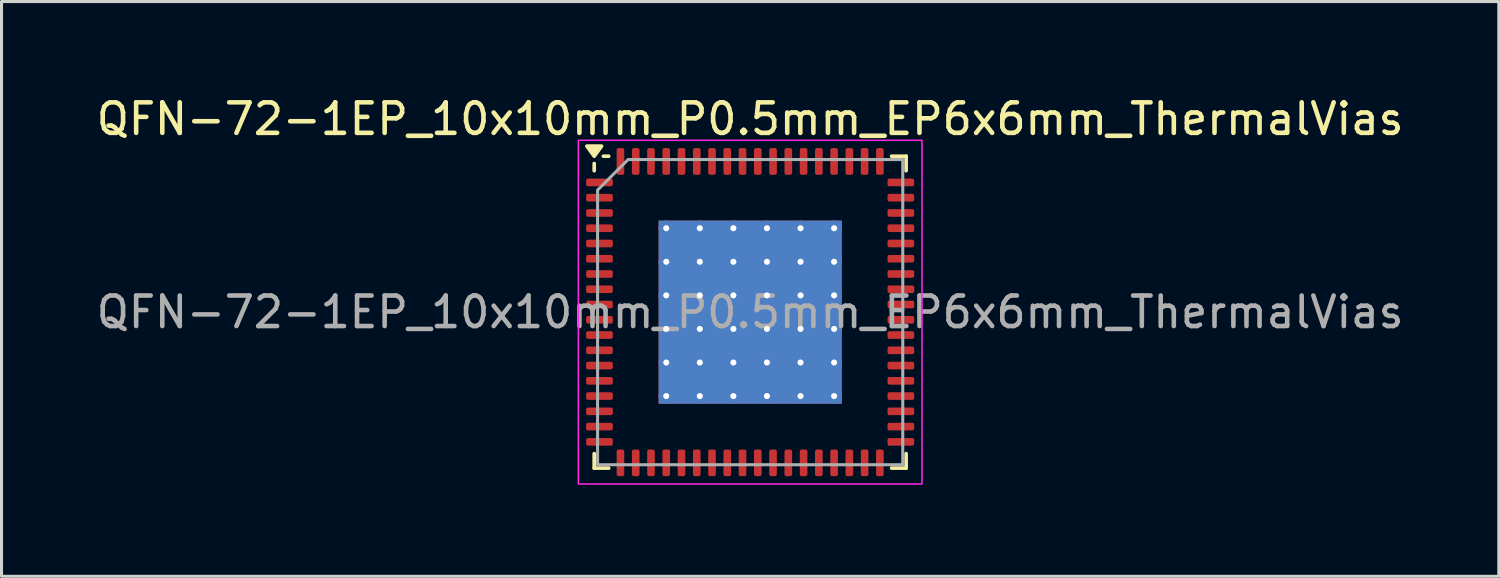
<source format=kicad_pcb>
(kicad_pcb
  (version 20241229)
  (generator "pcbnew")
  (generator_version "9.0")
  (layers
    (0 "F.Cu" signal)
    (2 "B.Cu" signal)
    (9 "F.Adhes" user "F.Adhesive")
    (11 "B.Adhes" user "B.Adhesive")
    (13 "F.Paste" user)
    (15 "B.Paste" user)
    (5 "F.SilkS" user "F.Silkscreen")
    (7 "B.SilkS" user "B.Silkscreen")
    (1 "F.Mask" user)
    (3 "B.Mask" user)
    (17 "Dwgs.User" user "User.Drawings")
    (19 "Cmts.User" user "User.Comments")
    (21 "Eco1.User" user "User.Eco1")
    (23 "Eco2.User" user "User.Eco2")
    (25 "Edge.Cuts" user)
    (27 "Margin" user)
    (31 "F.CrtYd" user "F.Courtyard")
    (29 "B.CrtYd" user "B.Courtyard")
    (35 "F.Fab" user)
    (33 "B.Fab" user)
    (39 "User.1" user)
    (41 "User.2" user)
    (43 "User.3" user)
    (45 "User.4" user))
  (footprint "QFN-72-1EP_10x10mm_P0.5mm_EP6x6mm_ThermalVias"
    (layer "F.Cu")
    (at 21.53 7.178)
    (property "Reference" "QFN-72-1EP_10x10mm_P0.5mm_EP6x6mm_ThermalVias" (at 0 -6.33 0) (layer "F.SilkS") (effects (font (size 1 1) (thickness 0.15))))
    (attr smd)
    (fp_line (start -5.11 -4.635) (end -5.11 -4.87) (stroke (width 0.12) (type solid)) (layer "F.SilkS"))
    (fp_line (start -5.11 5.11) (end -5.11 4.635) (stroke (width 0.12) (type solid)) (layer "F.SilkS"))
    (fp_line (start -4.635 -5.11) (end -4.81 -5.11) (stroke (width 0.12) (type solid)) (layer "F.SilkS"))
    (fp_line (start -4.635 5.11) (end -5.11 5.11) (stroke (width 0.12) (type solid)) (layer "F.SilkS"))
    (fp_line (start 4.635 -5.11) (end 5.11 -5.11) (stroke (width 0.12) (type solid)) (layer "F.SilkS"))
    (fp_line (start 4.635 5.11) (end 5.11 5.11) (stroke (width 0.12) (type solid)) (layer "F.SilkS"))
    (fp_line (start 5.11 -5.11) (end 5.11 -4.635) (stroke (width 0.12) (type solid)) (layer "F.SilkS"))
    (fp_line (start 5.11 5.11) (end 5.11 4.635) (stroke (width 0.12) (type solid)) (layer "F.SilkS"))
    (fp_poly (pts (xy -5.11 -5.11) (xy -5.35 -5.44) (xy -4.87 -5.44)) (stroke (width 0.12) (type solid)) (fill yes) (layer "F.SilkS"))
    (fp_rect (start -5.63 -5.63) (end 5.63 5.63) (stroke (width 0.05) (type solid)) (fill no) (layer "F.CrtYd"))
    (fp_poly (pts (xy -5 -4) (xy -5 5) (xy 5 5) (xy 5 -5) (xy -4 -5)) (stroke (width 0.1) (type solid)) (fill no) (layer "F.Fab"))
    (fp_text user "${REFERENCE}" (at 0 0 0) (layer "F.Fab") (effects (font (size 1 1) (thickness 0.15))))
    (pad "" smd roundrect (at -2.2 -2.2) (size 0.93 0.93) (layers "F.Paste") (roundrect_rratio 0.25))
    (pad "" smd roundrect (at -2.2 -1.1) (size 0.93 0.93) (layers "F.Paste") (roundrect_rratio 0.25))
    (pad "" smd roundrect (at -2.2 0) (size 0.93 0.93) (layers "F.Paste") (roundrect_rratio 0.25))
    (pad "" smd roundrect (at -2.2 1.1) (size 0.93 0.93) (layers "F.Paste") (roundrect_rratio 0.25))
    (pad "" smd roundrect (at -2.2 2.2) (size 0.93 0.93) (layers "F.Paste") (roundrect_rratio 0.25))
    (pad "" smd roundrect (at -1.1 -2.2) (size 0.93 0.93) (layers "F.Paste") (roundrect_rratio 0.25))
    (pad "" smd roundrect (at -1.1 -1.1) (size 0.93 0.93) (layers "F.Paste") (roundrect_rratio 0.25))
    (pad "" smd roundrect (at -1.1 0) (size 0.93 0.93) (layers "F.Paste") (roundrect_rratio 0.25))
    (pad "" smd roundrect (at -1.1 1.1) (size 0.93 0.93) (layers "F.Paste") (roundrect_rratio 0.25))
    (pad "" smd roundrect (at -1.1 2.2) (size 0.93 0.93) (layers "F.Paste") (roundrect_rratio 0.25))
    (pad "" smd roundrect (at 0 -2.2) (size 0.93 0.93) (layers "F.Paste") (roundrect_rratio 0.25))
    (pad "" smd roundrect (at 0 -1.1) (size 0.93 0.93) (layers "F.Paste") (roundrect_rratio 0.25))
    (pad "" smd roundrect (at 0 0) (size 0.93 0.93) (layers "F.Paste") (roundrect_rratio 0.25))
    (pad "" smd roundrect (at 0 1.1) (size 0.93 0.93) (layers "F.Paste") (roundrect_rratio 0.25))
    (pad "" smd roundrect (at 0 2.2) (size 0.93 0.93) (layers "F.Paste") (roundrect_rratio 0.25))
    (pad "" smd roundrect (at 1.1 -2.2) (size 0.93 0.93) (layers "F.Paste") (roundrect_rratio 0.25))
    (pad "" smd roundrect (at 1.1 -1.1) (size 0.93 0.93) (layers "F.Paste") (roundrect_rratio 0.25))
    (pad "" smd roundrect (at 1.1 0) (size 0.93 0.93) (layers "F.Paste") (roundrect_rratio 0.25))
    (pad "" smd roundrect (at 1.1 1.1) (size 0.93 0.93) (layers "F.Paste") (roundrect_rratio 0.25))
    (pad "" smd roundrect (at 1.1 2.2) (size 0.93 0.93) (layers "F.Paste") (roundrect_rratio 0.25))
    (pad "" smd roundrect (at 2.2 -2.2) (size 0.93 0.93) (layers "F.Paste") (roundrect_rratio 0.25))
    (pad "" smd roundrect (at 2.2 -1.1) (size 0.93 0.93) (layers "F.Paste") (roundrect_rratio 0.25))
    (pad "" smd roundrect (at 2.2 0) (size 0.93 0.93) (layers "F.Paste") (roundrect_rratio 0.25))
    (pad "" smd roundrect (at 2.2 1.1) (size 0.93 0.93) (layers "F.Paste") (roundrect_rratio 0.25))
    (pad "" smd roundrect (at 2.2 2.2) (size 0.93 0.93) (layers "F.Paste") (roundrect_rratio 0.25))
    (pad "1" smd roundrect (at -4.938 -4.25) (size 0.875 0.25) (layers "F.Cu" "F.Mask" "F.Paste") (roundrect_rratio 0.25))
    (pad "2" smd roundrect (at -4.938 -3.75) (size 0.875 0.25) (layers "F.Cu" "F.Mask" "F.Paste") (roundrect_rratio 0.25))
    (pad "3" smd roundrect (at -4.938 -3.25) (size 0.875 0.25) (layers "F.Cu" "F.Mask" "F.Paste") (roundrect_rratio 0.25))
    (pad "4" smd roundrect (at -4.938 -2.75) (size 0.875 0.25) (layers "F.Cu" "F.Mask" "F.Paste") (roundrect_rratio 0.25))
    (pad "5" smd roundrect (at -4.938 -2.25) (size 0.875 0.25) (layers "F.Cu" "F.Mask" "F.Paste") (roundrect_rratio 0.25))
    (pad "6" smd roundrect (at -4.938 -1.75) (size 0.875 0.25) (layers "F.Cu" "F.Mask" "F.Paste") (roundrect_rratio 0.25))
    (pad "7" smd roundrect (at -4.938 -1.25) (size 0.875 0.25) (layers "F.Cu" "F.Mask" "F.Paste") (roundrect_rratio 0.25))
    (pad "8" smd roundrect (at -4.938 -0.75) (size 0.875 0.25) (layers "F.Cu" "F.Mask" "F.Paste") (roundrect_rratio 0.25))
    (pad "9" smd roundrect (at -4.938 -0.25) (size 0.875 0.25) (layers "F.Cu" "F.Mask" "F.Paste") (roundrect_rratio 0.25))
    (pad "10" smd roundrect (at -4.938 0.25) (size 0.875 0.25) (layers "F.Cu" "F.Mask" "F.Paste") (roundrect_rratio 0.25))
    (pad "11" smd roundrect (at -4.938 0.75) (size 0.875 0.25) (layers "F.Cu" "F.Mask" "F.Paste") (roundrect_rratio 0.25))
    (pad "12" smd roundrect (at -4.938 1.25) (size 0.875 0.25) (layers "F.Cu" "F.Mask" "F.Paste") (roundrect_rratio 0.25))
    (pad "13" smd roundrect (at -4.938 1.75) (size 0.875 0.25) (layers "F.Cu" "F.Mask" "F.Paste") (roundrect_rratio 0.25))
    (pad "14" smd roundrect (at -4.938 2.25) (size 0.875 0.25) (layers "F.Cu" "F.Mask" "F.Paste") (roundrect_rratio 0.25))
    (pad "15" smd roundrect (at -4.938 2.75) (size 0.875 0.25) (layers "F.Cu" "F.Mask" "F.Paste") (roundrect_rratio 0.25))
    (pad "16" smd roundrect (at -4.938 3.25) (size 0.875 0.25) (layers "F.Cu" "F.Mask" "F.Paste") (roundrect_rratio 0.25))
    (pad "17" smd roundrect (at -4.938 3.75) (size 0.875 0.25) (layers "F.Cu" "F.Mask" "F.Paste") (roundrect_rratio 0.25))
    (pad "18" smd roundrect (at -4.938 4.25) (size 0.875 0.25) (layers "F.Cu" "F.Mask" "F.Paste") (roundrect_rratio 0.25))
    (pad "19" smd roundrect (at -4.25 4.938) (size 0.25 0.875) (layers "F.Cu" "F.Mask" "F.Paste") (roundrect_rratio 0.25))
    (pad "20" smd roundrect (at -3.75 4.938) (size 0.25 0.875) (layers "F.Cu" "F.Mask" "F.Paste") (roundrect_rratio 0.25))
    (pad "21" smd roundrect (at -3.25 4.938) (size 0.25 0.875) (layers "F.Cu" "F.Mask" "F.Paste") (roundrect_rratio 0.25))
    (pad "22" smd roundrect (at -2.75 4.938) (size 0.25 0.875) (layers "F.Cu" "F.Mask" "F.Paste") (roundrect_rratio 0.25))
    (pad "23" smd roundrect (at -2.25 4.938) (size 0.25 0.875) (layers "F.Cu" "F.Mask" "F.Paste") (roundrect_rratio 0.25))
    (pad "24" smd roundrect (at -1.75 4.938) (size 0.25 0.875) (layers "F.Cu" "F.Mask" "F.Paste") (roundrect_rratio 0.25))
    (pad "25" smd roundrect (at -1.25 4.938) (size 0.25 0.875) (layers "F.Cu" "F.Mask" "F.Paste") (roundrect_rratio 0.25))
    (pad "26" smd roundrect (at -0.75 4.938) (size 0.25 0.875) (layers "F.Cu" "F.Mask" "F.Paste") (roundrect_rratio 0.25))
    (pad "27" smd roundrect (at -0.25 4.938) (size 0.25 0.875) (layers "F.Cu" "F.Mask" "F.Paste") (roundrect_rratio 0.25))
    (pad "28" smd roundrect (at 0.25 4.938) (size 0.25 0.875) (layers "F.Cu" "F.Mask" "F.Paste") (roundrect_rratio 0.25))
    (pad "29" smd roundrect (at 0.75 4.938) (size 0.25 0.875) (layers "F.Cu" "F.Mask" "F.Paste") (roundrect_rratio 0.25))
    (pad "30" smd roundrect (at 1.25 4.938) (size 0.25 0.875) (layers "F.Cu" "F.Mask" "F.Paste") (roundrect_rratio 0.25))
    (pad "31" smd roundrect (at 1.75 4.938) (size 0.25 0.875) (layers "F.Cu" "F.Mask" "F.Paste") (roundrect_rratio 0.25))
    (pad "32" smd roundrect (at 2.25 4.938) (size 0.25 0.875) (layers "F.Cu" "F.Mask" "F.Paste") (roundrect_rratio 0.25))
    (pad "33" smd roundrect (at 2.75 4.938) (size 0.25 0.875) (layers "F.Cu" "F.Mask" "F.Paste") (roundrect_rratio 0.25))
    (pad "34" smd roundrect (at 3.25 4.938) (size 0.25 0.875) (layers "F.Cu" "F.Mask" "F.Paste") (roundrect_rratio 0.25))
    (pad "35" smd roundrect (at 3.75 4.938) (size 0.25 0.875) (layers "F.Cu" "F.Mask" "F.Paste") (roundrect_rratio 0.25))
    (pad "36" smd roundrect (at 4.25 4.938) (size 0.25 0.875) (layers "F.Cu" "F.Mask" "F.Paste") (roundrect_rratio 0.25))
    (pad "37" smd roundrect (at 4.938 4.25) (size 0.875 0.25) (layers "F.Cu" "F.Mask" "F.Paste") (roundrect_rratio 0.25))
    (pad "38" smd roundrect (at 4.938 3.75) (size 0.875 0.25) (layers "F.Cu" "F.Mask" "F.Paste") (roundrect_rratio 0.25))
    (pad "39" smd roundrect (at 4.938 3.25) (size 0.875 0.25) (layers "F.Cu" "F.Mask" "F.Paste") (roundrect_rratio 0.25))
    (pad "40" smd roundrect (at 4.938 2.75) (size 0.875 0.25) (layers "F.Cu" "F.Mask" "F.Paste") (roundrect_rratio 0.25))
    (pad "41" smd roundrect (at 4.938 2.25) (size 0.875 0.25) (layers "F.Cu" "F.Mask" "F.Paste") (roundrect_rratio 0.25))
    (pad "42" smd roundrect (at 4.938 1.75) (size 0.875 0.25) (layers "F.Cu" "F.Mask" "F.Paste") (roundrect_rratio 0.25))
    (pad "43" smd roundrect (at 4.938 1.25) (size 0.875 0.25) (layers "F.Cu" "F.Mask" "F.Paste") (roundrect_rratio 0.25))
    (pad "44" smd roundrect (at 4.938 0.75) (size 0.875 0.25) (layers "F.Cu" "F.Mask" "F.Paste") (roundrect_rratio 0.25))
    (pad "45" smd roundrect (at 4.938 0.25) (size 0.875 0.25) (layers "F.Cu" "F.Mask" "F.Paste") (roundrect_rratio 0.25))
    (pad "46" smd roundrect (at 4.938 -0.25) (size 0.875 0.25) (layers "F.Cu" "F.Mask" "F.Paste") (roundrect_rratio 0.25))
    (pad "47" smd roundrect (at 4.938 -0.75) (size 0.875 0.25) (layers "F.Cu" "F.Mask" "F.Paste") (roundrect_rratio 0.25))
    (pad "48" smd roundrect (at 4.938 -1.25) (size 0.875 0.25) (layers "F.Cu" "F.Mask" "F.Paste") (roundrect_rratio 0.25))
    (pad "49" smd roundrect (at 4.938 -1.75) (size 0.875 0.25) (layers "F.Cu" "F.Mask" "F.Paste") (roundrect_rratio 0.25))
    (pad "50" smd roundrect (at 4.938 -2.25) (size 0.875 0.25) (layers "F.Cu" "F.Mask" "F.Paste") (roundrect_rratio 0.25))
    (pad "51" smd roundrect (at 4.938 -2.75) (size 0.875 0.25) (layers "F.Cu" "F.Mask" "F.Paste") (roundrect_rratio 0.25))
    (pad "52" smd roundrect (at 4.938 -3.25) (size 0.875 0.25) (layers "F.Cu" "F.Mask" "F.Paste") (roundrect_rratio 0.25))
    (pad "53" smd roundrect (at 4.938 -3.75) (size 0.875 0.25) (layers "F.Cu" "F.Mask" "F.Paste") (roundrect_rratio 0.25))
    (pad "54" smd roundrect (at 4.938 -4.25) (size 0.875 0.25) (layers "F.Cu" "F.Mask" "F.Paste") (roundrect_rratio 0.25))
    (pad "55" smd roundrect (at 4.25 -4.938) (size 0.25 0.875) (layers "F.Cu" "F.Mask" "F.Paste") (roundrect_rratio 0.25))
    (pad "56" smd roundrect (at 3.75 -4.938) (size 0.25 0.875) (layers "F.Cu" "F.Mask" "F.Paste") (roundrect_rratio 0.25))
    (pad "57" smd roundrect (at 3.25 -4.938) (size 0.25 0.875) (layers "F.Cu" "F.Mask" "F.Paste") (roundrect_rratio 0.25))
    (pad "58" smd roundrect (at 2.75 -4.938) (size 0.25 0.875) (layers "F.Cu" "F.Mask" "F.Paste") (roundrect_rratio 0.25))
    (pad "59" smd roundrect (at 2.25 -4.938) (size 0.25 0.875) (layers "F.Cu" "F.Mask" "F.Paste") (roundrect_rratio 0.25))
    (pad "60" smd roundrect (at 1.75 -4.938) (size 0.25 0.875) (layers "F.Cu" "F.Mask" "F.Paste") (roundrect_rratio 0.25))
    (pad "61" smd roundrect (at 1.25 -4.938) (size 0.25 0.875) (layers "F.Cu" "F.Mask" "F.Paste") (roundrect_rratio 0.25))
    (pad "62" smd roundrect (at 0.75 -4.938) (size 0.25 0.875) (layers "F.Cu" "F.Mask" "F.Paste") (roundrect_rratio 0.25))
    (pad "63" smd roundrect (at 0.25 -4.938) (size 0.25 0.875) (layers "F.Cu" "F.Mask" "F.Paste") (roundrect_rratio 0.25))
    (pad "64" smd roundrect (at -0.25 -4.938) (size 0.25 0.875) (layers "F.Cu" "F.Mask" "F.Paste") (roundrect_rratio 0.25))
    (pad "65" smd roundrect (at -0.75 -4.938) (size 0.25 0.875) (layers "F.Cu" "F.Mask" "F.Paste") (roundrect_rratio 0.25))
    (pad "66" smd roundrect (at -1.25 -4.938) (size 0.25 0.875) (layers "F.Cu" "F.Mask" "F.Paste") (roundrect_rratio 0.25))
    (pad "67" smd roundrect (at -1.75 -4.938) (size 0.25 0.875) (layers "F.Cu" "F.Mask" "F.Paste") (roundrect_rratio 0.25))
    (pad "68" smd roundrect (at -2.25 -4.938) (size 0.25 0.875) (layers "F.Cu" "F.Mask" "F.Paste") (roundrect_rratio 0.25))
    (pad "69" smd roundrect (at -2.75 -4.938) (size 0.25 0.875) (layers "F.Cu" "F.Mask" "F.Paste") (roundrect_rratio 0.25))
    (pad "70" smd roundrect (at -3.25 -4.938) (size 0.25 0.875) (layers "F.Cu" "F.Mask" "F.Paste") (roundrect_rratio 0.25))
    (pad "71" smd roundrect (at -3.75 -4.938) (size 0.25 0.875) (layers "F.Cu" "F.Mask" "F.Paste") (roundrect_rratio 0.25))
    (pad "72" smd roundrect (at -4.25 -4.938) (size 0.25 0.875) (layers "F.Cu" "F.Mask" "F.Paste") (roundrect_rratio 0.25))
    (pad "73" thru_hole circle (at -2.75 -2.75) (size 0.5 0.5) (drill 0.2) (property pad_prop_heatsink) (layers "*.Cu"))
    (pad "73" thru_hole circle (at -2.75 -1.65) (size 0.5 0.5) (drill 0.2) (property pad_prop_heatsink) (layers "*.Cu"))
    (pad "73" thru_hole circle (at -2.75 -0.55) (size 0.5 0.5) (drill 0.2) (property pad_prop_heatsink) (layers "*.Cu"))
    (pad "73" thru_hole circle (at -2.75 0.55) (size 0.5 0.5) (drill 0.2) (property pad_prop_heatsink) (layers "*.Cu"))
    (pad "73" thru_hole circle (at -2.75 1.65) (size 0.5 0.5) (drill 0.2) (property pad_prop_heatsink) (layers "*.Cu"))
    (pad "73" thru_hole circle (at -2.75 2.75) (size 0.5 0.5) (drill 0.2) (property pad_prop_heatsink) (layers "*.Cu"))
    (pad "73" thru_hole circle (at -1.65 -2.75) (size 0.5 0.5) (drill 0.2) (property pad_prop_heatsink) (layers "*.Cu"))
    (pad "73" thru_hole circle (at -1.65 -1.65) (size 0.5 0.5) (drill 0.2) (property pad_prop_heatsink) (layers "*.Cu"))
    (pad "73" thru_hole circle (at -1.65 -0.55) (size 0.5 0.5) (drill 0.2) (property pad_prop_heatsink) (layers "*.Cu"))
    (pad "73" thru_hole circle (at -1.65 0.55) (size 0.5 0.5) (drill 0.2) (property pad_prop_heatsink) (layers "*.Cu"))
    (pad "73" thru_hole circle (at -1.65 1.65) (size 0.5 0.5) (drill 0.2) (property pad_prop_heatsink) (layers "*.Cu"))
    (pad "73" thru_hole circle (at -1.65 2.75) (size 0.5 0.5) (drill 0.2) (property pad_prop_heatsink) (layers "*.Cu"))
    (pad "73" thru_hole circle (at -0.55 -2.75) (size 0.5 0.5) (drill 0.2) (property pad_prop_heatsink) (layers "*.Cu"))
    (pad "73" thru_hole circle (at -0.55 -1.65) (size 0.5 0.5) (drill 0.2) (property pad_prop_heatsink) (layers "*.Cu"))
    (pad "73" thru_hole circle (at -0.55 -0.55) (size 0.5 0.5) (drill 0.2) (property pad_prop_heatsink) (layers "*.Cu"))
    (pad "73" thru_hole circle (at -0.55 0.55) (size 0.5 0.5) (drill 0.2) (property pad_prop_heatsink) (layers "*.Cu"))
    (pad "73" thru_hole circle (at -0.55 1.65) (size 0.5 0.5) (drill 0.2) (property pad_prop_heatsink) (layers "*.Cu"))
    (pad "73" thru_hole circle (at -0.55 2.75) (size 0.5 0.5) (drill 0.2) (property pad_prop_heatsink) (layers "*.Cu"))
    (pad "73" smd rect (at 0 0) (size 6 6) (property pad_prop_heatsink) (layers "F.Cu" "F.Mask"))
    (pad "73" smd rect (at 0 0) (size 6 6) (property pad_prop_heatsink) (layers "B.Cu"))
    (pad "73" thru_hole circle (at 0.55 -2.75) (size 0.5 0.5) (drill 0.2) (property pad_prop_heatsink) (layers "*.Cu"))
    (pad "73" thru_hole circle (at 0.55 -1.65) (size 0.5 0.5) (drill 0.2) (property pad_prop_heatsink) (layers "*.Cu"))
    (pad "73" thru_hole circle (at 0.55 -0.55) (size 0.5 0.5) (drill 0.2) (property pad_prop_heatsink) (layers "*.Cu"))
    (pad "73" thru_hole circle (at 0.55 0.55) (size 0.5 0.5) (drill 0.2) (property pad_prop_heatsink) (layers "*.Cu"))
    (pad "73" thru_hole circle (at 0.55 1.65) (size 0.5 0.5) (drill 0.2) (property pad_prop_heatsink) (layers "*.Cu"))
    (pad "73" thru_hole circle (at 0.55 2.75) (size 0.5 0.5) (drill 0.2) (property pad_prop_heatsink) (layers "*.Cu"))
    (pad "73" thru_hole circle (at 1.65 -2.75) (size 0.5 0.5) (drill 0.2) (property pad_prop_heatsink) (layers "*.Cu"))
    (pad "73" thru_hole circle (at 1.65 -1.65) (size 0.5 0.5) (drill 0.2) (property pad_prop_heatsink) (layers "*.Cu"))
    (pad "73" thru_hole circle (at 1.65 -0.55) (size 0.5 0.5) (drill 0.2) (property pad_prop_heatsink) (layers "*.Cu"))
    (pad "73" thru_hole circle (at 1.65 0.55) (size 0.5 0.5) (drill 0.2) (property pad_prop_heatsink) (layers "*.Cu"))
    (pad "73" thru_hole circle (at 1.65 1.65) (size 0.5 0.5) (drill 0.2) (property pad_prop_heatsink) (layers "*.Cu"))
    (pad "73" thru_hole circle (at 1.65 2.75) (size 0.5 0.5) (drill 0.2) (property pad_prop_heatsink) (layers "*.Cu"))
    (pad "73" thru_hole circle (at 2.75 -2.75) (size 0.5 0.5) (drill 0.2) (property pad_prop_heatsink) (layers "*.Cu"))
    (pad "73" thru_hole circle (at 2.75 -1.65) (size 0.5 0.5) (drill 0.2) (property pad_prop_heatsink) (layers "*.Cu"))
    (pad "73" thru_hole circle (at 2.75 -0.55) (size 0.5 0.5) (drill 0.2) (property pad_prop_heatsink) (layers "*.Cu"))
    (pad "73" thru_hole circle (at 2.75 0.55) (size 0.5 0.5) (drill 0.2) (property pad_prop_heatsink) (layers "*.Cu"))
    (pad "73" thru_hole circle (at 2.75 1.65) (size 0.5 0.5) (drill 0.2) (property pad_prop_heatsink) (layers "*.Cu"))
    (pad "73" thru_hole circle (at 2.75 2.75) (size 0.5 0.5) (drill 0.2) (property pad_prop_heatsink) (layers "*.Cu")))
  (gr_rect
    (start -3 -3)
    (end 46.06 15.833)
    (stroke (width 0.1) (type default))
    (fill no)
    (layer "Edge.Cuts")))
</source>
